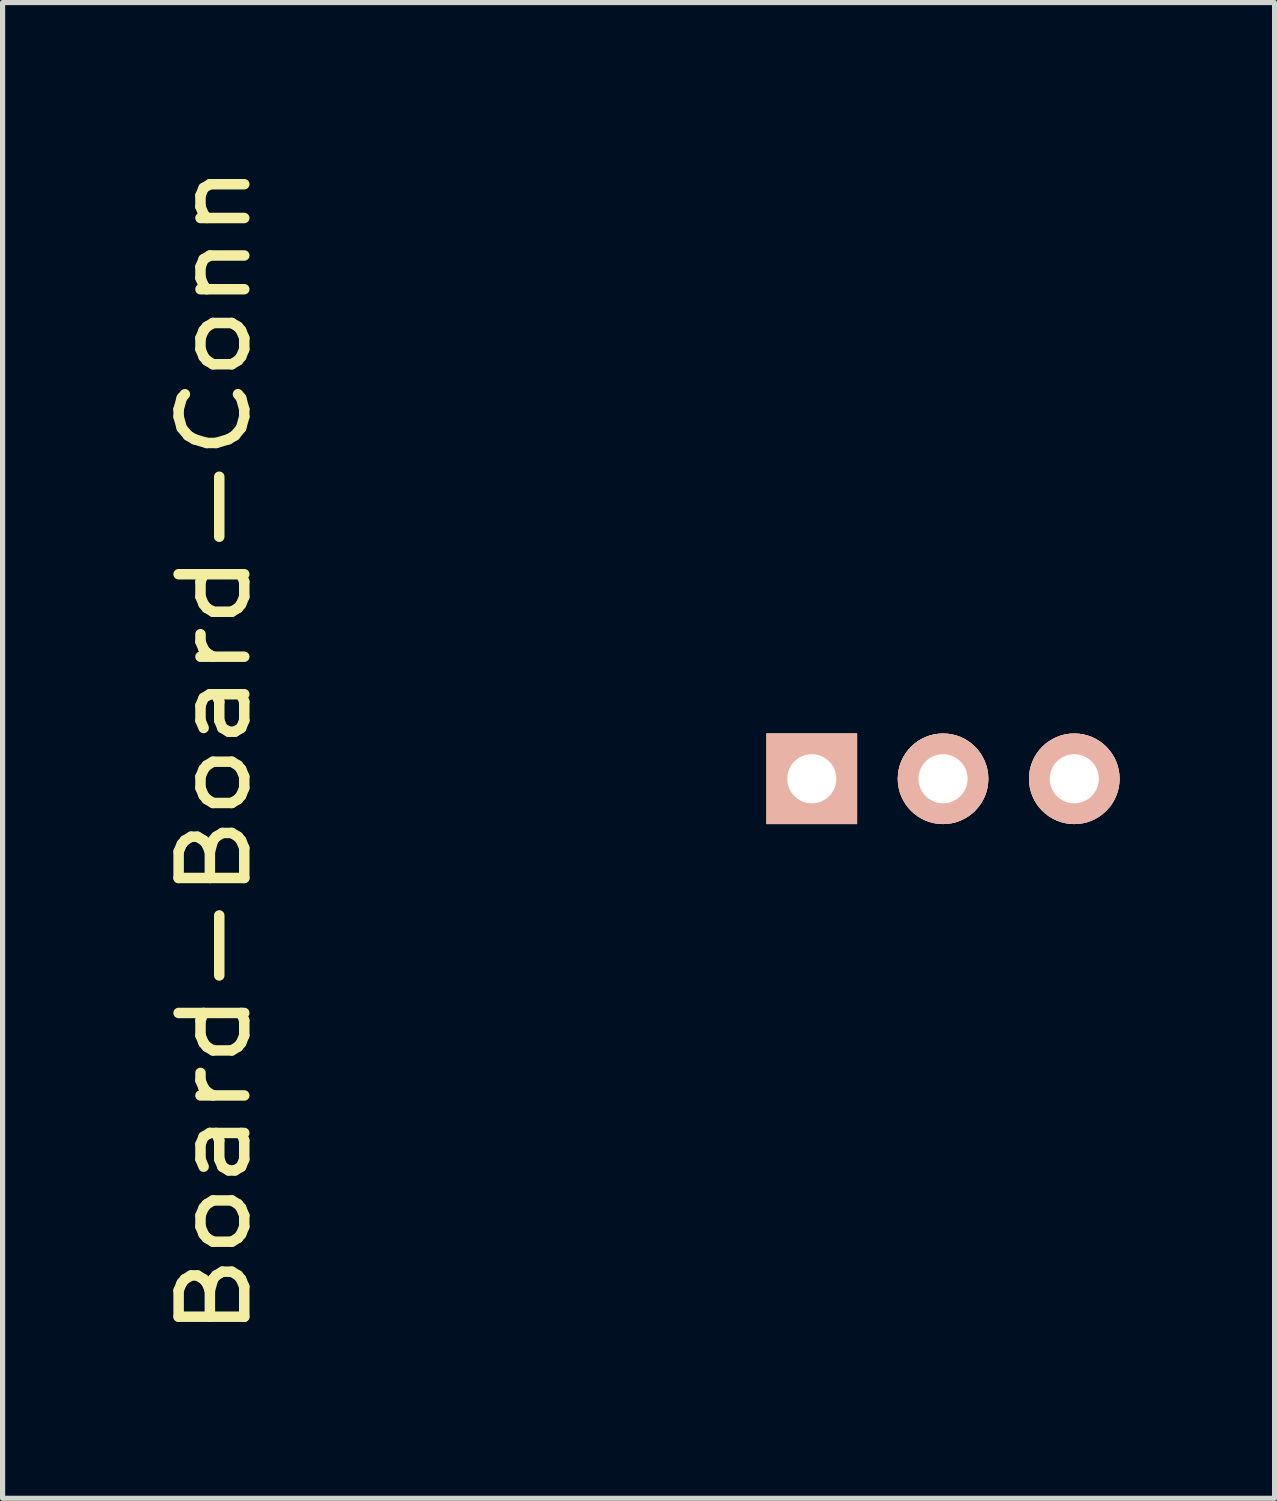
<source format=kicad_pcb>
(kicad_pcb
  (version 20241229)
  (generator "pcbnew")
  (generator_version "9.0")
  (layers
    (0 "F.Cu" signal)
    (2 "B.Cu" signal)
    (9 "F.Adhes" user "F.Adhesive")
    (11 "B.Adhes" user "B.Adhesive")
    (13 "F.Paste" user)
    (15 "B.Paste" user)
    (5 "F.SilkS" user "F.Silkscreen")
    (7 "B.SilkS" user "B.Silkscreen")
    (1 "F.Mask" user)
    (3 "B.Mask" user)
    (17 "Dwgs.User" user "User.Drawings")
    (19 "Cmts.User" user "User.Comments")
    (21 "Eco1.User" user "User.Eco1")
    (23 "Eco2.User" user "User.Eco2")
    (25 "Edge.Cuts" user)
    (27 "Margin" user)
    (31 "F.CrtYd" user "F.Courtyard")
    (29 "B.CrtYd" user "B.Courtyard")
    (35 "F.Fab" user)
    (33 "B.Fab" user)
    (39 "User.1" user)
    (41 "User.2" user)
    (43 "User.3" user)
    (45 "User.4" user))
  (footprint "Board-Board-Conn"
    (layer "F.Cu")
    (at 15.131 11.902)
    (property "Reference" "Board-Board-Conn" (at -14.031 -0.428 90) (layer "F.SilkS") (effects (font (size 1.27 1.524) (thickness 0.203))))
    (attr through_hole)
    (pad "1" thru_hole rect (at -2.47 0.12) (size 1.753 1.753) (drill 0.95) (layers "*.Cu" "*.SilkS" "*.Mask"))
    (pad "2" thru_hole circle (at 0.07 0.12) (size 1.753 1.753) (drill 0.95) (layers "*.Cu" "*.SilkS" "*.Mask"))
    (pad "3" thru_hole circle (at 2.61 0.12) (size 1.753 1.753) (drill 0.95) (layers "*.Cu" "*.SilkS" "*.Mask")))
  (gr_rect
    (start -3 -3)
    (end 21.617 25.947)
    (stroke (width 0.1) (type default))
    (fill no)
    (layer "Edge.Cuts")))
</source>
